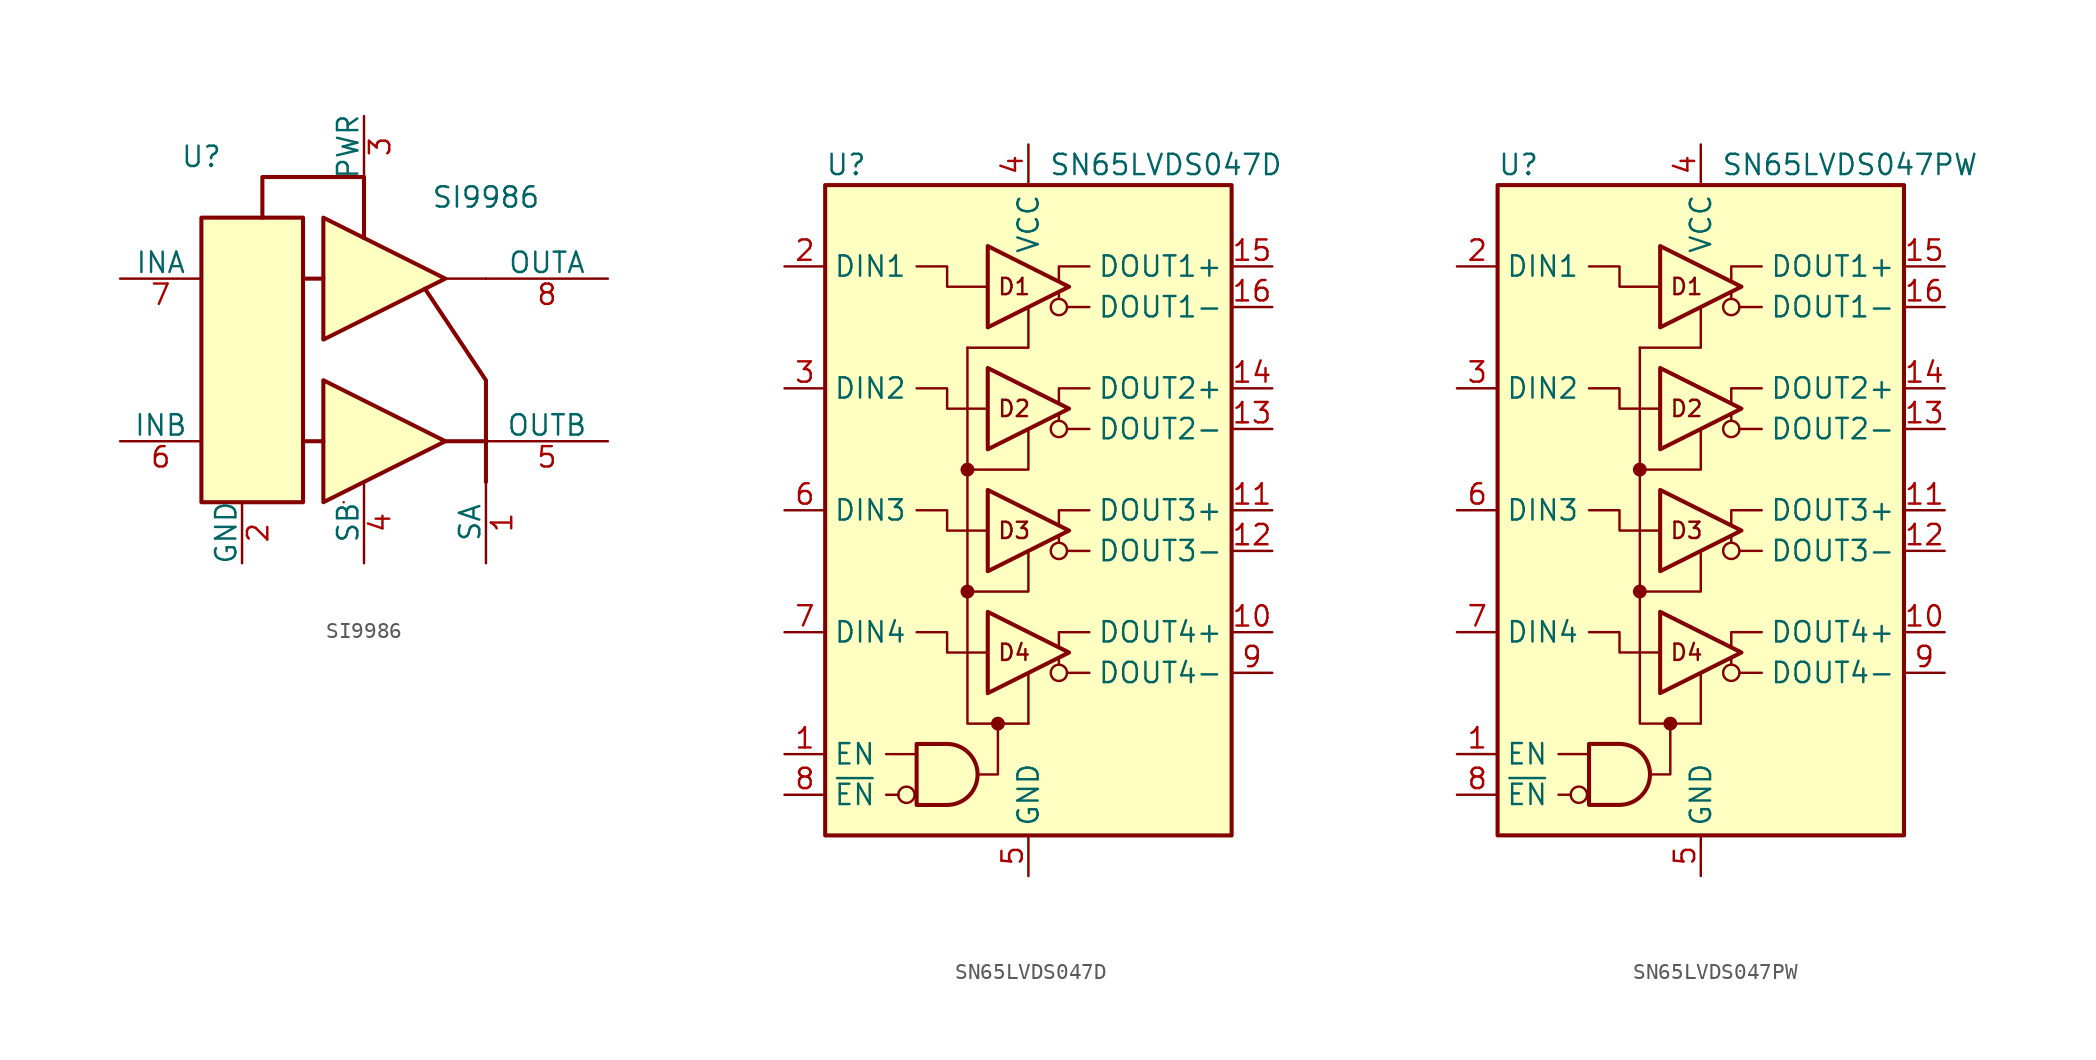
<source format=kicad_sym>
(kicad_symbol_lib
  (version 20241209)
  (generator "kicad_symbol_editor")
  (generator_version "9.0")
  (symbol "SI9986"
    (pin_names
      (offset 0))
    (property "Reference" "U"
      (at -7.62 12.7 0)
      (effects (font (size 1.27 1.27))))
    (property "Value" "SI9986"
      (at 10.16 10.16 0)
      (effects (font (size 1.27 1.27))))
    (symbol "SI9986_0_1"
      (rectangle (start -7.62 8.89) (end -1.27 -8.89) (stroke (width 0.254) (type default)) (fill (type background)))
      (polyline (pts (xy -3.81 8.89) (xy -3.81 11.43) (xy 2.54 11.43) (xy 2.54 7.62) (xy 2.54 7.62) (xy 2.54 7.62)) (stroke (width 0.254) (type default)) (fill (type none)))
      (polyline (pts (xy 0 8.89) (xy 0 1.27) (xy 7.62 5.08) (xy 0 8.89)) (stroke (width 0.254) (type default)) (fill (type background)))
      (polyline (pts (xy 0 5.08) (xy -1.27 5.08) (xy -1.27 5.08) (xy -1.27 5.08) (xy -1.27 5.08)) (stroke (width 0.254) (type default)) (fill (type none)))
      (polyline (pts (xy 0 -1.27) (xy 0 -8.89) (xy 7.62 -5.08) (xy 0 -1.27)) (stroke (width 0.254) (type default)) (fill (type background)))
      (polyline (pts (xy 0 -5.08) (xy -1.27 -5.08) (xy -1.27 -5.08)) (stroke (width 0.254) (type default)) (fill (type none)))
      (polyline (pts (xy 1.27 -8.89) (xy 1.27 -8.89) (xy 1.27 -8.89) (xy 1.27 -8.89)) (stroke (width 0) (type default)) (fill (type none)))
      (polyline (pts (xy 10.16 5.08) (xy 7.62 5.08)) (stroke (width 0) (type default)) (fill (type none)))
      (polyline (pts (xy 10.16 -5.08) (xy 7.62 -5.08)) (stroke (width 0.254) (type default)) (fill (type none)))
      (polyline (pts (xy 10.16 -7.62) (xy 10.16 -1.27) (xy 6.35 4.445)) (stroke (width 0.254) (type default)) (fill (type none))))
    (symbol "SI9986_1_1"
      (pin input line (at -12.7 5.08 0) (length 5.08) (name "INA" (effects (font (size 1.27 1.27)))) (number "7" (effects (font (size 1.27 1.27)))))
      (pin input line (at -12.7 -5.08 0) (length 5.08) (name "INB" (effects (font (size 1.27 1.27)))) (number "6" (effects (font (size 1.27 1.27)))))
      (pin power_in line (at -5.08 -12.7 90) (length 3.81) (name "GND" (effects (font (size 1.27 1.27)))) (number "2" (effects (font (size 1.27 1.27)))))
      (pin power_in line (at 2.54 15.24 270) (length 3.81) (name "PWR" (effects (font (size 1.27 1.27)))) (number "3" (effects (font (size 1.27 1.27)))))
      (pin power_in line (at 2.54 -12.7 90) (length 5.08) (name "SB" (effects (font (size 1.27 1.27)))) (number "4" (effects (font (size 1.27 1.27)))))
      (pin power_in line (at 10.16 -12.7 90) (length 5.08) (name "SA" (effects (font (size 1.27 1.27)))) (number "1" (effects (font (size 1.27 1.27)))))
      (pin input line (at 17.78 5.08 180) (length 7.62) (name "OUTA" (effects (font (size 1.27 1.27)))) (number "8" (effects (font (size 1.27 1.27)))))
      (pin input line (at 17.78 -5.08 180) (length 7.62) (name "OUTB" (effects (font (size 1.27 1.27)))) (number "5" (effects (font (size 1.27 1.27)))))))
  (symbol "SN65LVDS047D"
    (property "Reference" "U"
      (at -12.7 21.59 0)
      (effects (font (size 1.27 1.27)) (justify left)))
    (property "Value" "SN65LVDS047D"
      (at 1.27 21.59 0)
      (effects (font (size 1.27 1.27)) (justify left)))
    (symbol "SN65LVDS047D_0_1"
      (polyline (pts (xy -1.905 -13.335) (xy -1.905 -16.51) (xy -2.54 -16.51) (xy -3.175 -16.51)) (stroke (width 0) (type default)) (fill (type none)))
      (polyline (pts (xy 0 12.7) (xy 0 10.16) (xy -3.81 10.16)) (stroke (width 0) (type default)) (fill (type none)))
      (polyline (pts (xy 0 -13.335) (xy -2.54 -13.335) (xy -3.81 -13.335) (xy -3.81 10.16)) (stroke (width 0) (type default)) (fill (type none)))
      (polyline (pts (xy 1.905 13.208) (xy 1.905 13.589)) (stroke (width 0) (type default)) (fill (type none)))
      (polyline (pts (xy 1.905 5.588) (xy 1.905 5.969)) (stroke (width 0) (type default)) (fill (type none)))
      (polyline (pts (xy 1.905 -2.032) (xy 1.905 -1.651)) (stroke (width 0) (type default)) (fill (type none)))
      (polyline (pts (xy 1.905 -9.652) (xy 1.905 -9.271)) (stroke (width 0) (type default)) (fill (type none)))
      (polyline (pts (xy 3.81 0) (xy 1.905 0) (xy 1.905 -0.889)) (stroke (width 0) (type default)) (fill (type none))))
    (symbol "SN65LVDS047D_1_0"
      (rectangle (start -12.7 20.32) (end 12.7 -20.32) (stroke (width 0.254) (type default)) (fill (type background)))
      (circle (center -7.62 -17.78) (radius 0.508) (stroke (width 0) (type default)) (fill (type none)))
      (circle (center -3.81 2.54) (radius 0.356) (stroke (width 0) (type default)) (fill (type outline)))
      (polyline (pts (xy -3.81 2.54) (xy 0 2.54) (xy 0 5.08)) (stroke (width 0) (type default)) (fill (type none)))
      (circle (center -3.81 -5.08) (radius 0.356) (stroke (width 0) (type default)) (fill (type outline)))
      (polyline (pts (xy -3.81 -5.08) (xy 0 -5.08) (xy 0 -2.54)) (stroke (width 0) (type default)) (fill (type none)))
      (polyline (pts (xy -2.54 13.97) (xy -5.08 13.97) (xy -5.08 15.24) (xy -6.985 15.24)) (stroke (width 0) (type default)) (fill (type none)))
      (polyline (pts (xy -2.54 6.35) (xy -5.08 6.35) (xy -5.08 7.62) (xy -6.985 7.62)) (stroke (width 0) (type default)) (fill (type none)))
      (polyline (pts (xy -2.54 -1.27) (xy -5.08 -1.27) (xy -5.08 0) (xy -6.985 0)) (stroke (width 0) (type default)) (fill (type none)))
      (polyline (pts (xy -2.54 -8.89) (xy -5.08 -8.89) (xy -5.08 -7.62) (xy -6.985 -7.62)) (stroke (width 0) (type default)) (fill (type none)))
      (circle (center -1.905 -13.335) (radius 0.356) (stroke (width 0) (type default)) (fill (type outline)))
      (polyline (pts (xy 0 -13.335) (xy 0 -10.16)) (stroke (width 0) (type default)) (fill (type none)))
      (polyline (pts (xy 1.905 14.351) (xy 1.905 15.24) (xy 3.81 15.24)) (stroke (width 0) (type default)) (fill (type none)))
      (circle (center 1.905 12.7) (radius 0.508) (stroke (width 0) (type default)) (fill (type none)))
      (polyline (pts (xy 1.905 6.731) (xy 1.905 7.62) (xy 3.81 7.62)) (stroke (width 0) (type default)) (fill (type none)))
      (circle (center 1.905 5.08) (radius 0.508) (stroke (width 0) (type default)) (fill (type none)))
      (circle (center 1.905 -2.54) (radius 0.508) (stroke (width 0) (type default)) (fill (type none)))
      (polyline (pts (xy 1.905 -8.509) (xy 1.905 -7.62) (xy 3.81 -7.62)) (stroke (width 0) (type default)) (fill (type none)))
      (circle (center 1.905 -10.16) (radius 0.508) (stroke (width 0) (type default)) (fill (type none)))
      (polyline (pts (xy 3.81 12.7) (xy 2.413 12.7)) (stroke (width 0) (type default)) (fill (type none)))
      (polyline (pts (xy 3.81 5.08) (xy 2.413 5.08)) (stroke (width 0) (type default)) (fill (type none)))
      (polyline (pts (xy 3.81 -2.54) (xy 2.413 -2.54)) (stroke (width 0) (type default)) (fill (type none)))
      (polyline (pts (xy 3.81 -10.16) (xy 2.413 -10.16)) (stroke (width 0) (type default)) (fill (type none)))
      (text "D1" (at -0.889 13.97 0) (effects (font (size 1.016 1.016))))
      (text "D2" (at -0.889 6.35 0) (effects (font (size 1.016 1.016))))
      (text "D3" (at -0.889 -1.27 0) (effects (font (size 1.016 1.016))))
      (text "D4" (at -0.889 -8.89 0) (effects (font (size 1.016 1.016)))))
    (symbol "SN65LVDS047D_1_1"
      (polyline (pts (xy -8.89 -15.24) (xy -6.985 -15.24)) (stroke (width 0) (type default)) (fill (type none)))
      (polyline (pts (xy -8.89 -17.78) (xy -8.128 -17.78)) (stroke (width 0) (type default)) (fill (type none)))
      (arc (start -5.08 -14.605) (mid -3.1833 -16.51) (end -5.08 -18.415) (stroke (width 0.254) (type default)) (fill (type none)))
      (polyline (pts (xy -5.08 -14.605) (xy -6.985 -14.605) (xy -6.985 -18.415) (xy -5.08 -18.415)) (stroke (width 0.254) (type default)) (fill (type none)))
      (polyline (pts (xy -2.54 16.51) (xy -2.54 11.43) (xy 2.54 13.97) (xy -2.54 16.51)) (stroke (width 0.254) (type default)) (fill (type none)))
      (polyline (pts (xy -2.54 8.89) (xy -2.54 3.81) (xy 2.54 6.35) (xy -2.54 8.89)) (stroke (width 0.254) (type default)) (fill (type none)))
      (polyline (pts (xy -2.54 1.27) (xy -2.54 -3.81) (xy 2.54 -1.27) (xy -2.54 1.27)) (stroke (width 0.254) (type default)) (fill (type none)))
      (polyline (pts (xy -2.54 -6.35) (xy -2.54 -11.43) (xy 2.54 -8.89) (xy -2.54 -6.35)) (stroke (width 0.254) (type default)) (fill (type none)))
      (pin input line (at -15.24 15.24 0) (length 2.54) (name "DIN1" (effects (font (size 1.27 1.27)))) (number "2" (effects (font (size 1.27 1.27)))))
      (pin input line (at -15.24 7.62 0) (length 2.54) (name "DIN2" (effects (font (size 1.27 1.27)))) (number "3" (effects (font (size 1.27 1.27)))))
      (pin input line (at -15.24 0 0) (length 2.54) (name "DIN3" (effects (font (size 1.27 1.27)))) (number "6" (effects (font (size 1.27 1.27)))))
      (pin input line (at -15.24 -7.62 0) (length 2.54) (name "DIN4" (effects (font (size 1.27 1.27)))) (number "7" (effects (font (size 1.27 1.27)))))
      (pin input line (at -15.24 -15.24 0) (length 2.54) (name "EN" (effects (font (size 1.27 1.27)))) (number "1" (effects (font (size 1.27 1.27)))))
      (pin input line (at -15.24 -17.78 0) (length 2.54) (name "~{EN}" (effects (font (size 1.27 1.27)))) (number "8" (effects (font (size 1.27 1.27)))))
      (pin power_in line (at 0 22.86 270) (length 2.54) (name "VCC" (effects (font (size 1.27 1.27)))) (number "4" (effects (font (size 1.27 1.27)))))
      (pin power_in line (at 0 -22.86 90) (length 2.54) (name "GND" (effects (font (size 1.27 1.27)))) (number "5" (effects (font (size 1.27 1.27)))))
      (pin output line (at 15.24 15.24 180) (length 2.54) (name "DOUT1+" (effects (font (size 1.27 1.27)))) (number "15" (effects (font (size 1.27 1.27)))))
      (pin output line (at 15.24 12.7 180) (length 2.54) (name "DOUT1-" (effects (font (size 1.27 1.27)))) (number "16" (effects (font (size 1.27 1.27)))))
      (pin output line (at 15.24 7.62 180) (length 2.54) (name "DOUT2+" (effects (font (size 1.27 1.27)))) (number "14" (effects (font (size 1.27 1.27)))))
      (pin output line (at 15.24 5.08 180) (length 2.54) (name "DOUT2-" (effects (font (size 1.27 1.27)))) (number "13" (effects (font (size 1.27 1.27)))))
      (pin output line (at 15.24 0 180) (length 2.54) (name "DOUT3+" (effects (font (size 1.27 1.27)))) (number "11" (effects (font (size 1.27 1.27)))))
      (pin output line (at 15.24 -2.54 180) (length 2.54) (name "DOUT3-" (effects (font (size 1.27 1.27)))) (number "12" (effects (font (size 1.27 1.27)))))
      (pin output line (at 15.24 -7.62 180) (length 2.54) (name "DOUT4+" (effects (font (size 1.27 1.27)))) (number "10" (effects (font (size 1.27 1.27)))))
      (pin output line (at 15.24 -10.16 180) (length 2.54) (name "DOUT4-" (effects (font (size 1.27 1.27)))) (number "9" (effects (font (size 1.27 1.27)))))))
  (symbol "SN65LVDS047PW"
    (property "Reference" "U"
      (at -12.7 21.59 0)
      (effects (font (size 1.27 1.27)) (justify left)))
    (property "Value" "SN65LVDS047PW"
      (at 1.27 21.59 0)
      (effects (font (size 1.27 1.27)) (justify left)))
    (symbol "SN65LVDS047PW_0_1"
      (polyline (pts (xy -1.905 -13.335) (xy -1.905 -16.51) (xy -2.54 -16.51) (xy -3.175 -16.51)) (stroke (width 0) (type default)) (fill (type none)))
      (polyline (pts (xy 0 12.7) (xy 0 10.16) (xy -3.81 10.16)) (stroke (width 0) (type default)) (fill (type none)))
      (polyline (pts (xy 0 -13.335) (xy -2.54 -13.335) (xy -3.81 -13.335) (xy -3.81 10.16)) (stroke (width 0) (type default)) (fill (type none)))
      (polyline (pts (xy 1.905 13.208) (xy 1.905 13.589)) (stroke (width 0) (type default)) (fill (type none)))
      (polyline (pts (xy 1.905 5.588) (xy 1.905 5.969)) (stroke (width 0) (type default)) (fill (type none)))
      (polyline (pts (xy 1.905 -2.032) (xy 1.905 -1.651)) (stroke (width 0) (type default)) (fill (type none)))
      (polyline (pts (xy 1.905 -9.652) (xy 1.905 -9.271)) (stroke (width 0) (type default)) (fill (type none)))
      (polyline (pts (xy 3.81 0) (xy 1.905 0) (xy 1.905 -0.889)) (stroke (width 0) (type default)) (fill (type none))))
    (symbol "SN65LVDS047PW_1_0"
      (rectangle (start -12.7 20.32) (end 12.7 -20.32) (stroke (width 0.254) (type default)) (fill (type background)))
      (circle (center -7.62 -17.78) (radius 0.508) (stroke (width 0) (type default)) (fill (type none)))
      (circle (center -3.81 2.54) (radius 0.356) (stroke (width 0) (type default)) (fill (type outline)))
      (polyline (pts (xy -3.81 2.54) (xy 0 2.54) (xy 0 5.08)) (stroke (width 0) (type default)) (fill (type none)))
      (circle (center -3.81 -5.08) (radius 0.356) (stroke (width 0) (type default)) (fill (type outline)))
      (polyline (pts (xy -3.81 -5.08) (xy 0 -5.08) (xy 0 -2.54)) (stroke (width 0) (type default)) (fill (type none)))
      (polyline (pts (xy -2.54 13.97) (xy -5.08 13.97) (xy -5.08 15.24) (xy -6.985 15.24)) (stroke (width 0) (type default)) (fill (type none)))
      (polyline (pts (xy -2.54 6.35) (xy -5.08 6.35) (xy -5.08 7.62) (xy -6.985 7.62)) (stroke (width 0) (type default)) (fill (type none)))
      (polyline (pts (xy -2.54 -1.27) (xy -5.08 -1.27) (xy -5.08 0) (xy -6.985 0)) (stroke (width 0) (type default)) (fill (type none)))
      (polyline (pts (xy -2.54 -8.89) (xy -5.08 -8.89) (xy -5.08 -7.62) (xy -6.985 -7.62)) (stroke (width 0) (type default)) (fill (type none)))
      (circle (center -1.905 -13.335) (radius 0.356) (stroke (width 0) (type default)) (fill (type outline)))
      (polyline (pts (xy 0 -13.335) (xy 0 -10.16)) (stroke (width 0) (type default)) (fill (type none)))
      (polyline (pts (xy 1.905 14.351) (xy 1.905 15.24) (xy 3.81 15.24)) (stroke (width 0) (type default)) (fill (type none)))
      (circle (center 1.905 12.7) (radius 0.508) (stroke (width 0) (type default)) (fill (type none)))
      (polyline (pts (xy 1.905 6.731) (xy 1.905 7.62) (xy 3.81 7.62)) (stroke (width 0) (type default)) (fill (type none)))
      (circle (center 1.905 5.08) (radius 0.508) (stroke (width 0) (type default)) (fill (type none)))
      (circle (center 1.905 -2.54) (radius 0.508) (stroke (width 0) (type default)) (fill (type none)))
      (polyline (pts (xy 1.905 -8.509) (xy 1.905 -7.62) (xy 3.81 -7.62)) (stroke (width 0) (type default)) (fill (type none)))
      (circle (center 1.905 -10.16) (radius 0.508) (stroke (width 0) (type default)) (fill (type none)))
      (polyline (pts (xy 3.81 12.7) (xy 2.413 12.7)) (stroke (width 0) (type default)) (fill (type none)))
      (polyline (pts (xy 3.81 5.08) (xy 2.413 5.08)) (stroke (width 0) (type default)) (fill (type none)))
      (polyline (pts (xy 3.81 -2.54) (xy 2.413 -2.54)) (stroke (width 0) (type default)) (fill (type none)))
      (polyline (pts (xy 3.81 -10.16) (xy 2.413 -10.16)) (stroke (width 0) (type default)) (fill (type none)))
      (text "D1" (at -0.889 13.97 0) (effects (font (size 1.016 1.016))))
      (text "D2" (at -0.889 6.35 0) (effects (font (size 1.016 1.016))))
      (text "D3" (at -0.889 -1.27 0) (effects (font (size 1.016 1.016))))
      (text "D4" (at -0.889 -8.89 0) (effects (font (size 1.016 1.016)))))
    (symbol "SN65LVDS047PW_1_1"
      (polyline (pts (xy -8.89 -15.24) (xy -6.985 -15.24)) (stroke (width 0) (type default)) (fill (type none)))
      (polyline (pts (xy -8.89 -17.78) (xy -8.128 -17.78)) (stroke (width 0) (type default)) (fill (type none)))
      (arc (start -5.08 -14.605) (mid -3.1833 -16.51) (end -5.08 -18.415) (stroke (width 0.254) (type default)) (fill (type none)))
      (polyline (pts (xy -5.08 -14.605) (xy -6.985 -14.605) (xy -6.985 -18.415) (xy -5.08 -18.415)) (stroke (width 0.254) (type default)) (fill (type none)))
      (polyline (pts (xy -2.54 16.51) (xy -2.54 11.43) (xy 2.54 13.97) (xy -2.54 16.51)) (stroke (width 0.254) (type default)) (fill (type none)))
      (polyline (pts (xy -2.54 8.89) (xy -2.54 3.81) (xy 2.54 6.35) (xy -2.54 8.89)) (stroke (width 0.254) (type default)) (fill (type none)))
      (polyline (pts (xy -2.54 1.27) (xy -2.54 -3.81) (xy 2.54 -1.27) (xy -2.54 1.27)) (stroke (width 0.254) (type default)) (fill (type none)))
      (polyline (pts (xy -2.54 -6.35) (xy -2.54 -11.43) (xy 2.54 -8.89) (xy -2.54 -6.35)) (stroke (width 0.254) (type default)) (fill (type none)))
      (pin input line (at -15.24 15.24 0) (length 2.54) (name "DIN1" (effects (font (size 1.27 1.27)))) (number "2" (effects (font (size 1.27 1.27)))))
      (pin input line (at -15.24 7.62 0) (length 2.54) (name "DIN2" (effects (font (size 1.27 1.27)))) (number "3" (effects (font (size 1.27 1.27)))))
      (pin input line (at -15.24 0 0) (length 2.54) (name "DIN3" (effects (font (size 1.27 1.27)))) (number "6" (effects (font (size 1.27 1.27)))))
      (pin input line (at -15.24 -7.62 0) (length 2.54) (name "DIN4" (effects (font (size 1.27 1.27)))) (number "7" (effects (font (size 1.27 1.27)))))
      (pin input line (at -15.24 -15.24 0) (length 2.54) (name "EN" (effects (font (size 1.27 1.27)))) (number "1" (effects (font (size 1.27 1.27)))))
      (pin input line (at -15.24 -17.78 0) (length 2.54) (name "~{EN}" (effects (font (size 1.27 1.27)))) (number "8" (effects (font (size 1.27 1.27)))))
      (pin power_in line (at 0 22.86 270) (length 2.54) (name "VCC" (effects (font (size 1.27 1.27)))) (number "4" (effects (font (size 1.27 1.27)))))
      (pin power_in line (at 0 -22.86 90) (length 2.54) (name "GND" (effects (font (size 1.27 1.27)))) (number "5" (effects (font (size 1.27 1.27)))))
      (pin output line (at 15.24 15.24 180) (length 2.54) (name "DOUT1+" (effects (font (size 1.27 1.27)))) (number "15" (effects (font (size 1.27 1.27)))))
      (pin output line (at 15.24 12.7 180) (length 2.54) (name "DOUT1-" (effects (font (size 1.27 1.27)))) (number "16" (effects (font (size 1.27 1.27)))))
      (pin output line (at 15.24 7.62 180) (length 2.54) (name "DOUT2+" (effects (font (size 1.27 1.27)))) (number "14" (effects (font (size 1.27 1.27)))))
      (pin output line (at 15.24 5.08 180) (length 2.54) (name "DOUT2-" (effects (font (size 1.27 1.27)))) (number "13" (effects (font (size 1.27 1.27)))))
      (pin output line (at 15.24 0 180) (length 2.54) (name "DOUT3+" (effects (font (size 1.27 1.27)))) (number "11" (effects (font (size 1.27 1.27)))))
      (pin output line (at 15.24 -2.54 180) (length 2.54) (name "DOUT3-" (effects (font (size 1.27 1.27)))) (number "12" (effects (font (size 1.27 1.27)))))
      (pin output line (at 15.24 -7.62 180) (length 2.54) (name "DOUT4+" (effects (font (size 1.27 1.27)))) (number "10" (effects (font (size 1.27 1.27)))))
      (pin output line (at 15.24 -10.16 180) (length 2.54) (name "DOUT4-" (effects (font (size 1.27 1.27)))) (number "9" (effects (font (size 1.27 1.27))))))))
</source>
